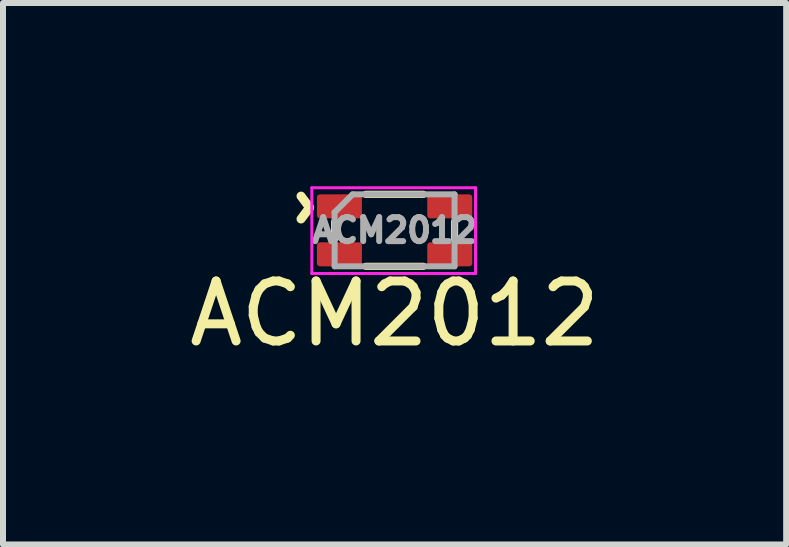
<source format=kicad_pcb>
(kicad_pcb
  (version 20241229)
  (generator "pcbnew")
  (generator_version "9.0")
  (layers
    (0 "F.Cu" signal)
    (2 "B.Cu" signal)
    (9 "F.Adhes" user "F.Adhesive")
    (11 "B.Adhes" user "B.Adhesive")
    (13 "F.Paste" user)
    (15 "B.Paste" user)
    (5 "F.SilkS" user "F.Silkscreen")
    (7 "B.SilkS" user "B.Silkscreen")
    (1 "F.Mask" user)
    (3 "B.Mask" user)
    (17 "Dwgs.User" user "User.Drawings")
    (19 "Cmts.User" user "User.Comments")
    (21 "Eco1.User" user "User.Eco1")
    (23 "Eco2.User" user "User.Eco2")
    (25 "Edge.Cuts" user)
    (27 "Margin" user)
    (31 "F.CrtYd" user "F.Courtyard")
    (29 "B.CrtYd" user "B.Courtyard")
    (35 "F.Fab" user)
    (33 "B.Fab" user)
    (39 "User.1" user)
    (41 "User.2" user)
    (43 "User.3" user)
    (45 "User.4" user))
  (footprint "ACM2012"
    (layer "F.Cu")
    (at 3.53 0.791)
    (property "Reference" "ACM2012" (at 0 1.39 0) (unlocked yes) (layer "F.SilkS") (effects (font (size 1 1) (thickness 0.15))))
    (attr smd)
    (fp_line (start -1 0.14) (end -1 -0.14) (stroke (width 0.12) (type solid)) (layer "F.SilkS"))
    (fp_line (start 0.48 -0.6) (end -0.48 -0.6) (stroke (width 0.12) (type solid)) (layer "F.SilkS"))
    (fp_line (start 0.48 0.6) (end -0.48 0.6) (stroke (width 0.12) (type solid)) (layer "F.SilkS"))
    (fp_line (start 1 -0.14) (end 1 0.14) (stroke (width 0.12) (type solid)) (layer "F.SilkS"))
    (fp_line (start -1.38 -0.71) (end -1.38 0.72) (stroke (width 0.05) (type solid)) (layer "F.CrtYd"))
    (fp_line (start -1.38 0.72) (end 1.35 0.72) (stroke (width 0.05) (type solid)) (layer "F.CrtYd"))
    (fp_line (start 1.35 -0.71) (end -1.38 -0.71) (stroke (width 0.05) (type solid)) (layer "F.CrtYd"))
    (fp_line (start 1.35 0.72) (end 1.35 -0.71) (stroke (width 0.05) (type solid)) (layer "F.CrtYd"))
    (fp_line (start -1 -0.3) (end -0.7 -0.6) (stroke (width 0.1) (type solid)) (layer "F.Fab"))
    (fp_line (start -1 0.6) (end -1 -0.3) (stroke (width 0.1) (type solid)) (layer "F.Fab"))
    (fp_line (start -0.7 -0.6) (end 1 -0.6) (stroke (width 0.1) (type solid)) (layer "F.Fab"))
    (fp_line (start 1 -0.6) (end 1 0.6) (stroke (width 0.1) (type solid)) (layer "F.Fab"))
    (fp_line (start 1 0.6) (end -1 0.6) (stroke (width 0.1) (type solid)) (layer "F.Fab"))
    (fp_text user "^" (at -2.01 -0.38 270) (unlocked yes) (layer "F.SilkS") (effects (font (size 1 1) (thickness 0.15))))
    (fp_text user "${REFERENCE}" (at 0 0 0) (unlocked yes) (layer "F.Fab") (effects (font (size 0.4 0.4) (thickness 0.1))))
    (pad "1" smd roundrect (at -0.92 -0.4) (size 0.75 0.4) (layers "F.Cu" "F.Mask" "F.Paste") (roundrect_rratio 0.125))
    (pad "2" smd roundrect (at -0.92 0.4) (size 0.75 0.4) (layers "F.Cu" "F.Mask" "F.Paste") (roundrect_rratio 0.125))
    (pad "3" smd roundrect (at 0.92 0.4) (size 0.75 0.4) (layers "F.Cu" "F.Mask" "F.Paste") (roundrect_rratio 0.125))
    (pad "4" smd roundrect (at 0.92 -0.4) (size 0.75 0.4) (layers "F.Cu" "F.Mask" "F.Paste") (roundrect_rratio 0.125))
    (zone (net_name "") (layer "F.Cu") (hatch edge 0.508) (connect_pads) (min_thickness 0.254) (filled_areas_thickness no) (keepout (tracks allowed) (vias allowed) (pads allowed) (copperpour not_allowed) (footprints allowed)) (placement (enabled no)) (fill) (polygon (pts (xy 4.43 1.491) (xy 2.63 1.491) (xy 2.63 0.091) (xy 4.43 0.091)))))
  (gr_rect
    (start -3 -3)
    (end 10.06 6.029)
    (stroke (width 0.1) (type default))
    (fill no)
    (layer "Edge.Cuts")))
</source>
